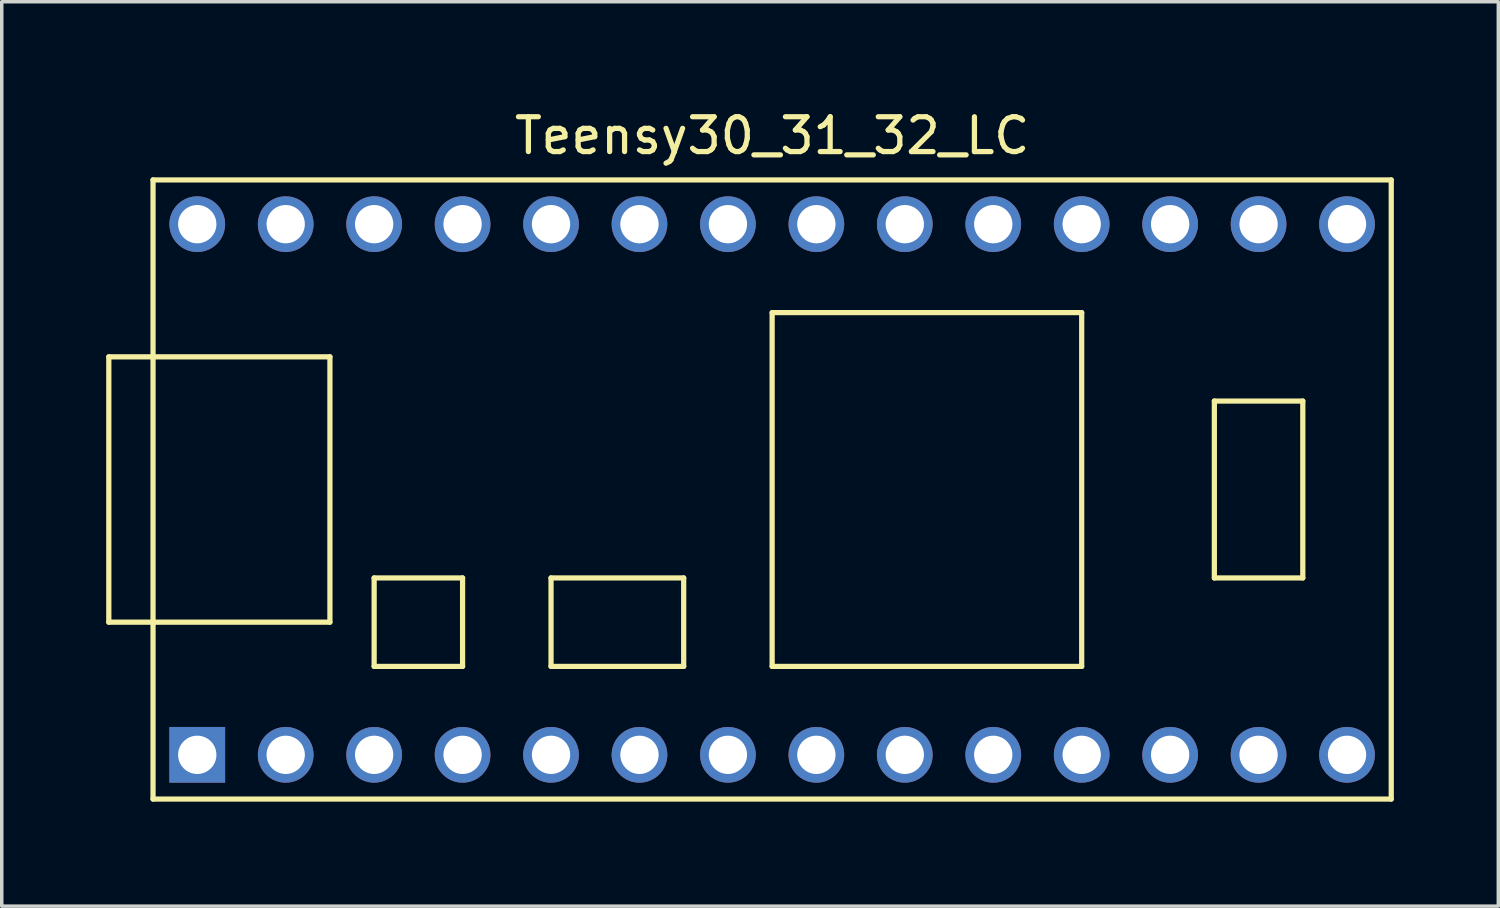
<source format=kicad_pcb>
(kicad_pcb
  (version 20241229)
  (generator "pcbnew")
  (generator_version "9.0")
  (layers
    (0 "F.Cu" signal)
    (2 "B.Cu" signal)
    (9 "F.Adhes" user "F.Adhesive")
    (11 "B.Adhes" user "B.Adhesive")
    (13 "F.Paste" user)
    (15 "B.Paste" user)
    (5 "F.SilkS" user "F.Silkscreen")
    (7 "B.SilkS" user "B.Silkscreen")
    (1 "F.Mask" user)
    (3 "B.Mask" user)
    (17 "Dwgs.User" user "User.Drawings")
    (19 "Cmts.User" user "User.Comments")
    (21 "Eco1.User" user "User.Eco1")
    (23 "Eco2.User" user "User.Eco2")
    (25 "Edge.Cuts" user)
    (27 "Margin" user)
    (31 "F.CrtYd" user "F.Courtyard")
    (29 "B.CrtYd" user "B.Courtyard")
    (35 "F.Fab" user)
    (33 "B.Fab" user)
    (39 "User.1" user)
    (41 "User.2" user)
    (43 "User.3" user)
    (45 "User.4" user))
  (footprint "Teensy30_31_32_LC"
    (layer "F.Cu")
    (at 19.125 11.008)
    (property "Reference" "Teensy30_31_32_LC" (at 0 -10.16 0) (layer "F.SilkS") (effects (font (size 1 1) (thickness 0.15))))
    (attr through_hole)
    (fp_line (start -19.05 -3.81) (end -17.78 -3.81) (stroke (width 0.15) (type solid)) (layer "F.SilkS"))
    (fp_line (start -19.05 3.81) (end -19.05 -3.81) (stroke (width 0.15) (type solid)) (layer "F.SilkS"))
    (fp_line (start -17.78 -8.89) (end 17.78 -8.89) (stroke (width 0.15) (type solid)) (layer "F.SilkS"))
    (fp_line (start -17.78 3.81) (end -19.05 3.81) (stroke (width 0.15) (type solid)) (layer "F.SilkS"))
    (fp_line (start -17.78 8.89) (end -17.78 -8.89) (stroke (width 0.15) (type solid)) (layer "F.SilkS"))
    (fp_line (start -12.7 -3.81) (end -17.78 -3.81) (stroke (width 0.15) (type solid)) (layer "F.SilkS"))
    (fp_line (start -12.7 3.81) (end -17.78 3.81) (stroke (width 0.15) (type solid)) (layer "F.SilkS"))
    (fp_line (start -12.7 3.81) (end -12.7 -3.81) (stroke (width 0.15) (type solid)) (layer "F.SilkS"))
    (fp_line (start -11.43 2.54) (end -11.43 5.08) (stroke (width 0.15) (type solid)) (layer "F.SilkS"))
    (fp_line (start -11.43 5.08) (end -8.89 5.08) (stroke (width 0.15) (type solid)) (layer "F.SilkS"))
    (fp_line (start -8.89 2.54) (end -11.43 2.54) (stroke (width 0.15) (type solid)) (layer "F.SilkS"))
    (fp_line (start -8.89 5.08) (end -8.89 2.54) (stroke (width 0.15) (type solid)) (layer "F.SilkS"))
    (fp_line (start -6.35 2.54) (end -6.35 5.08) (stroke (width 0.15) (type solid)) (layer "F.SilkS"))
    (fp_line (start -6.35 5.08) (end -2.54 5.08) (stroke (width 0.15) (type solid)) (layer "F.SilkS"))
    (fp_line (start -2.54 2.54) (end -6.35 2.54) (stroke (width 0.15) (type solid)) (layer "F.SilkS"))
    (fp_line (start -2.54 5.08) (end -2.54 2.54) (stroke (width 0.15) (type solid)) (layer "F.SilkS"))
    (fp_line (start 0 -5.08) (end 0 5.08) (stroke (width 0.15) (type solid)) (layer "F.SilkS"))
    (fp_line (start 8.89 -5.08) (end 0 -5.08) (stroke (width 0.15) (type solid)) (layer "F.SilkS"))
    (fp_line (start 8.89 5.08) (end 0 5.08) (stroke (width 0.15) (type solid)) (layer "F.SilkS"))
    (fp_line (start 8.89 5.08) (end 8.89 -5.08) (stroke (width 0.15) (type solid)) (layer "F.SilkS"))
    (fp_line (start 12.7 -2.54) (end 15.24 -2.54) (stroke (width 0.15) (type solid)) (layer "F.SilkS"))
    (fp_line (start 12.7 2.54) (end 12.7 -2.54) (stroke (width 0.15) (type solid)) (layer "F.SilkS"))
    (fp_line (start 15.24 -2.54) (end 15.24 2.54) (stroke (width 0.15) (type solid)) (layer "F.SilkS"))
    (fp_line (start 15.24 2.54) (end 12.7 2.54) (stroke (width 0.15) (type solid)) (layer "F.SilkS"))
    (fp_line (start 17.78 -8.89) (end 17.78 8.89) (stroke (width 0.15) (type solid)) (layer "F.SilkS"))
    (fp_line (start 17.78 8.89) (end -17.78 8.89) (stroke (width 0.15) (type solid)) (layer "F.SilkS"))
    (pad "1" thru_hole rect (at -16.51 7.62) (size 1.6 1.6) (drill 1.1) (layers "*.Cu"))
    (pad "2" thru_hole circle (at -13.97 7.62) (size 1.6 1.6) (drill 1.1) (layers "*.Cu"))
    (pad "3" thru_hole circle (at -11.43 7.62) (size 1.6 1.6) (drill 1.1) (layers "*.Cu"))
    (pad "4" thru_hole circle (at -8.89 7.62) (size 1.6 1.6) (drill 1.1) (layers "*.Cu"))
    (pad "5" thru_hole circle (at -6.35 7.62) (size 1.6 1.6) (drill 1.1) (layers "*.Cu"))
    (pad "6" thru_hole circle (at -3.81 7.62) (size 1.6 1.6) (drill 1.1) (layers "*.Cu"))
    (pad "7" thru_hole circle (at -1.27 7.62) (size 1.6 1.6) (drill 1.1) (layers "*.Cu"))
    (pad "8" thru_hole circle (at 1.27 7.62) (size 1.6 1.6) (drill 1.1) (layers "*.Cu"))
    (pad "9" thru_hole circle (at 3.81 7.62) (size 1.6 1.6) (drill 1.1) (layers "*.Cu"))
    (pad "10" thru_hole circle (at 6.35 7.62) (size 1.6 1.6) (drill 1.1) (layers "*.Cu"))
    (pad "11" thru_hole circle (at 8.89 7.62) (size 1.6 1.6) (drill 1.1) (layers "*.Cu"))
    (pad "12" thru_hole circle (at 11.43 7.62) (size 1.6 1.6) (drill 1.1) (layers "*.Cu"))
    (pad "13" thru_hole circle (at 13.97 7.62) (size 1.6 1.6) (drill 1.1) (layers "*.Cu"))
    (pad "14" thru_hole circle (at 16.51 7.62) (size 1.6 1.6) (drill 1.1) (layers "*.Cu"))
    (pad "20" thru_hole circle (at 16.51 -7.62) (size 1.6 1.6) (drill 1.1) (layers "*.Cu"))
    (pad "21" thru_hole circle (at 13.97 -7.62) (size 1.6 1.6) (drill 1.1) (layers "*.Cu"))
    (pad "22" thru_hole circle (at 11.43 -7.62) (size 1.6 1.6) (drill 1.1) (layers "*.Cu"))
    (pad "23" thru_hole circle (at 8.89 -7.62) (size 1.6 1.6) (drill 1.1) (layers "*.Cu"))
    (pad "24" thru_hole circle (at 6.35 -7.62) (size 1.6 1.6) (drill 1.1) (layers "*.Cu"))
    (pad "25" thru_hole circle (at 3.81 -7.62) (size 1.6 1.6) (drill 1.1) (layers "*.Cu"))
    (pad "26" thru_hole circle (at 1.27 -7.62) (size 1.6 1.6) (drill 1.1) (layers "*.Cu"))
    (pad "27" thru_hole circle (at -1.27 -7.62) (size 1.6 1.6) (drill 1.1) (layers "*.Cu"))
    (pad "28" thru_hole circle (at -3.81 -7.62) (size 1.6 1.6) (drill 1.1) (layers "*.Cu"))
    (pad "29" thru_hole circle (at -6.35 -7.62) (size 1.6 1.6) (drill 1.1) (layers "*.Cu"))
    (pad "30" thru_hole circle (at -8.89 -7.62) (size 1.6 1.6) (drill 1.1) (layers "*.Cu"))
    (pad "31" thru_hole circle (at -11.43 -7.62) (size 1.6 1.6) (drill 1.1) (layers "*.Cu"))
    (pad "32" thru_hole circle (at -13.97 -7.62) (size 1.6 1.6) (drill 1.1) (layers "*.Cu"))
    (pad "33" thru_hole circle (at -16.51 -7.62) (size 1.6 1.6) (drill 1.1) (layers "*.Cu")))
  (gr_rect
    (start -3 -3)
    (end 39.98 22.973)
    (stroke (width 0.1) (type default))
    (fill no)
    (layer "Edge.Cuts")))
</source>
